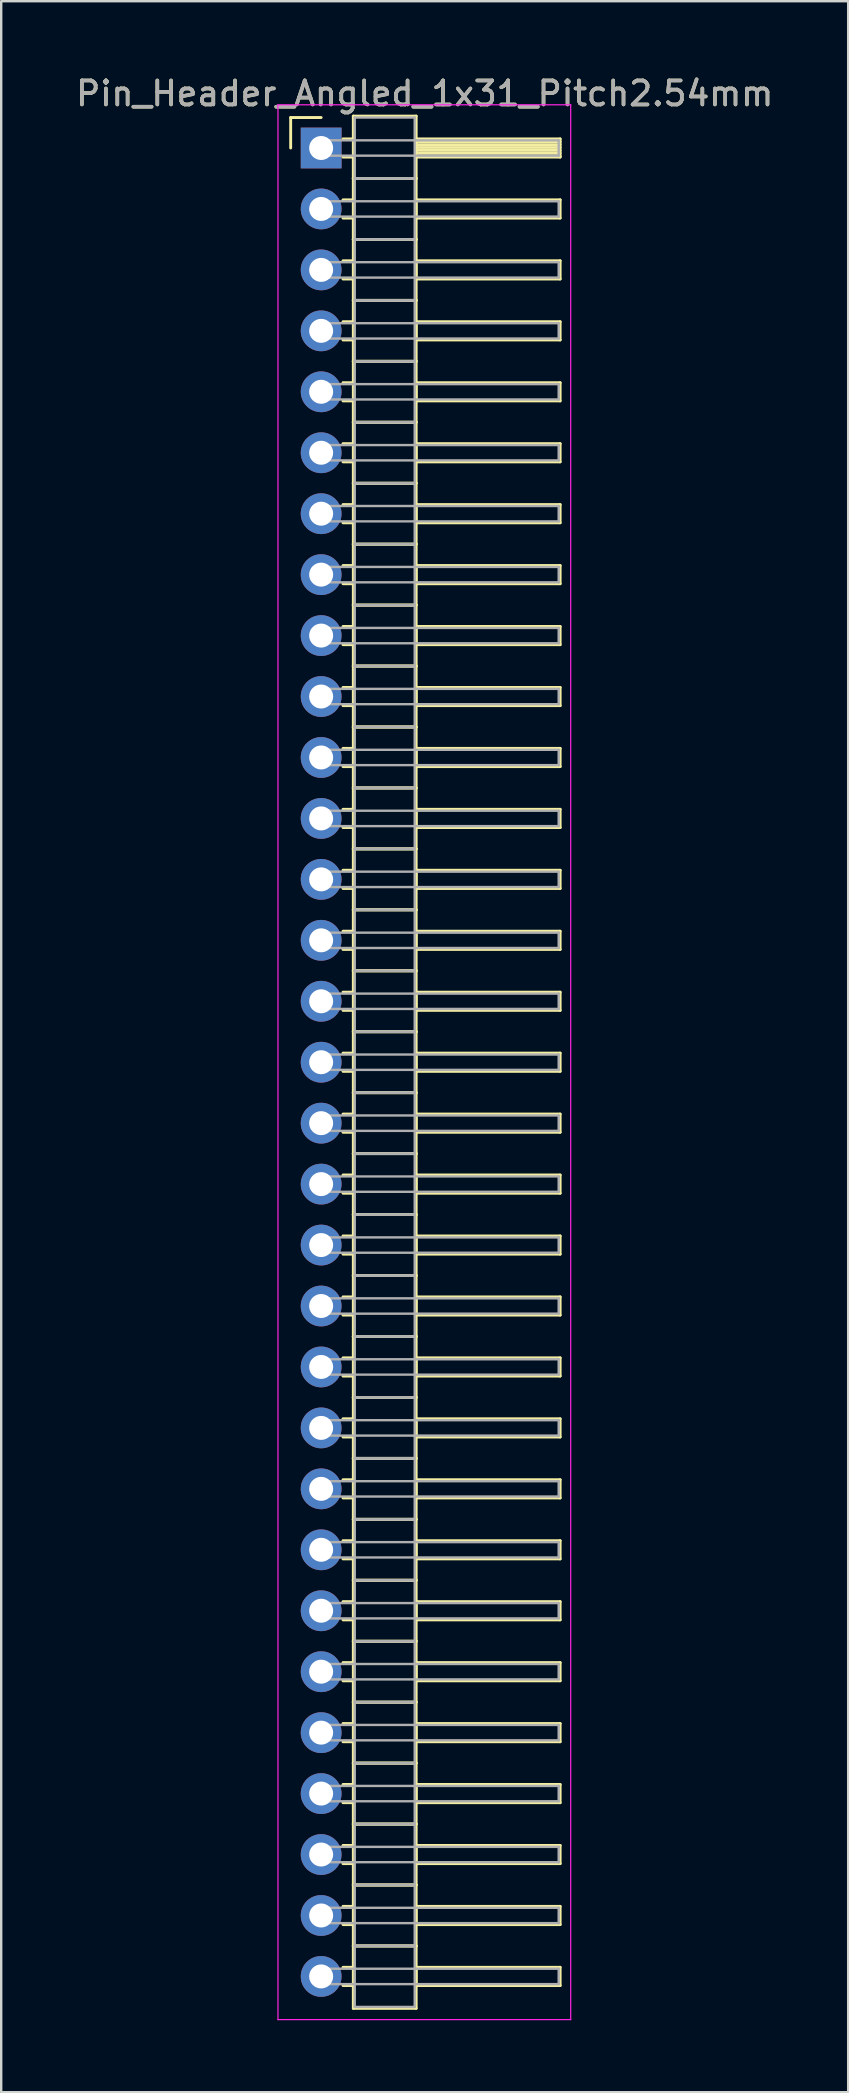
<source format=kicad_pcb>
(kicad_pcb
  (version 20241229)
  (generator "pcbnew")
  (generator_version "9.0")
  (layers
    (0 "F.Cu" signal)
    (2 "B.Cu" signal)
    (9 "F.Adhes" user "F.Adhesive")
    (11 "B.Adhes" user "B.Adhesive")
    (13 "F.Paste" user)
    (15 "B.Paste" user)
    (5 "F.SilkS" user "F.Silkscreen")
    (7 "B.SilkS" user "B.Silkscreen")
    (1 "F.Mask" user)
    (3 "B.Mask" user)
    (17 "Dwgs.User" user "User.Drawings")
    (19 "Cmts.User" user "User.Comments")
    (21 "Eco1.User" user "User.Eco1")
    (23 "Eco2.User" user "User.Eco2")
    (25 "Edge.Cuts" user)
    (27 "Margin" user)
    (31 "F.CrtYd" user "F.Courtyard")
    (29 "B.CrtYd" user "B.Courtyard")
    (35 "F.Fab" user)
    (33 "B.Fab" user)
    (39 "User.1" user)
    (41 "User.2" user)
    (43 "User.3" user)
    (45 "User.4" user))
  (footprint "Pin_Header_Angled_1x31_Pitch2.54mm"
    (layer "F.Cu")
    (at 10.334 3.118)
    (property "Reference" "Pin_Header_Angled_1x31_Pitch2.54mm" (at 4.315 -2.27 0) (layer "F.SilkS") (effects (font (size 1 1) (thickness 0.15))))
    (attr through_hole)
    (fp_line (start -1.27 -1.27) (end 0 -1.27) (stroke (width 0.12) (type solid)) (layer "F.SilkS"))
    (fp_line (start -1.27 0) (end -1.27 -1.27) (stroke (width 0.12) (type solid)) (layer "F.SilkS"))
    (fp_line (start 0.91 -0.38) (end 1.34 -0.38) (stroke (width 0.12) (type solid)) (layer "F.SilkS"))
    (fp_line (start 0.91 0.38) (end 1.34 0.38) (stroke (width 0.12) (type solid)) (layer "F.SilkS"))
    (fp_line (start 0.91 2.16) (end 1.34 2.16) (stroke (width 0.12) (type solid)) (layer "F.SilkS"))
    (fp_line (start 0.91 2.92) (end 1.34 2.92) (stroke (width 0.12) (type solid)) (layer "F.SilkS"))
    (fp_line (start 0.91 4.7) (end 1.34 4.7) (stroke (width 0.12) (type solid)) (layer "F.SilkS"))
    (fp_line (start 0.91 5.46) (end 1.34 5.46) (stroke (width 0.12) (type solid)) (layer "F.SilkS"))
    (fp_line (start 0.91 7.24) (end 1.34 7.24) (stroke (width 0.12) (type solid)) (layer "F.SilkS"))
    (fp_line (start 0.91 8) (end 1.34 8) (stroke (width 0.12) (type solid)) (layer "F.SilkS"))
    (fp_line (start 0.91 9.78) (end 1.34 9.78) (stroke (width 0.12) (type solid)) (layer "F.SilkS"))
    (fp_line (start 0.91 10.54) (end 1.34 10.54) (stroke (width 0.12) (type solid)) (layer "F.SilkS"))
    (fp_line (start 0.91 12.32) (end 1.34 12.32) (stroke (width 0.12) (type solid)) (layer "F.SilkS"))
    (fp_line (start 0.91 13.08) (end 1.34 13.08) (stroke (width 0.12) (type solid)) (layer "F.SilkS"))
    (fp_line (start 0.91 14.86) (end 1.34 14.86) (stroke (width 0.12) (type solid)) (layer "F.SilkS"))
    (fp_line (start 0.91 15.62) (end 1.34 15.62) (stroke (width 0.12) (type solid)) (layer "F.SilkS"))
    (fp_line (start 0.91 17.4) (end 1.34 17.4) (stroke (width 0.12) (type solid)) (layer "F.SilkS"))
    (fp_line (start 0.91 18.16) (end 1.34 18.16) (stroke (width 0.12) (type solid)) (layer "F.SilkS"))
    (fp_line (start 0.91 19.94) (end 1.34 19.94) (stroke (width 0.12) (type solid)) (layer "F.SilkS"))
    (fp_line (start 0.91 20.7) (end 1.34 20.7) (stroke (width 0.12) (type solid)) (layer "F.SilkS"))
    (fp_line (start 0.91 22.48) (end 1.34 22.48) (stroke (width 0.12) (type solid)) (layer "F.SilkS"))
    (fp_line (start 0.91 23.24) (end 1.34 23.24) (stroke (width 0.12) (type solid)) (layer "F.SilkS"))
    (fp_line (start 0.91 25.02) (end 1.34 25.02) (stroke (width 0.12) (type solid)) (layer "F.SilkS"))
    (fp_line (start 0.91 25.78) (end 1.34 25.78) (stroke (width 0.12) (type solid)) (layer "F.SilkS"))
    (fp_line (start 0.91 27.56) (end 1.34 27.56) (stroke (width 0.12) (type solid)) (layer "F.SilkS"))
    (fp_line (start 0.91 28.32) (end 1.34 28.32) (stroke (width 0.12) (type solid)) (layer "F.SilkS"))
    (fp_line (start 0.91 30.1) (end 1.34 30.1) (stroke (width 0.12) (type solid)) (layer "F.SilkS"))
    (fp_line (start 0.91 30.86) (end 1.34 30.86) (stroke (width 0.12) (type solid)) (layer "F.SilkS"))
    (fp_line (start 0.91 32.64) (end 1.34 32.64) (stroke (width 0.12) (type solid)) (layer "F.SilkS"))
    (fp_line (start 0.91 33.4) (end 1.34 33.4) (stroke (width 0.12) (type solid)) (layer "F.SilkS"))
    (fp_line (start 0.91 35.18) (end 1.34 35.18) (stroke (width 0.12) (type solid)) (layer "F.SilkS"))
    (fp_line (start 0.91 35.94) (end 1.34 35.94) (stroke (width 0.12) (type solid)) (layer "F.SilkS"))
    (fp_line (start 0.91 37.72) (end 1.34 37.72) (stroke (width 0.12) (type solid)) (layer "F.SilkS"))
    (fp_line (start 0.91 38.48) (end 1.34 38.48) (stroke (width 0.12) (type solid)) (layer "F.SilkS"))
    (fp_line (start 0.91 40.26) (end 1.34 40.26) (stroke (width 0.12) (type solid)) (layer "F.SilkS"))
    (fp_line (start 0.91 41.02) (end 1.34 41.02) (stroke (width 0.12) (type solid)) (layer "F.SilkS"))
    (fp_line (start 0.91 42.8) (end 1.34 42.8) (stroke (width 0.12) (type solid)) (layer "F.SilkS"))
    (fp_line (start 0.91 43.56) (end 1.34 43.56) (stroke (width 0.12) (type solid)) (layer "F.SilkS"))
    (fp_line (start 0.91 45.34) (end 1.34 45.34) (stroke (width 0.12) (type solid)) (layer "F.SilkS"))
    (fp_line (start 0.91 46.1) (end 1.34 46.1) (stroke (width 0.12) (type solid)) (layer "F.SilkS"))
    (fp_line (start 0.91 47.88) (end 1.34 47.88) (stroke (width 0.12) (type solid)) (layer "F.SilkS"))
    (fp_line (start 0.91 48.64) (end 1.34 48.64) (stroke (width 0.12) (type solid)) (layer "F.SilkS"))
    (fp_line (start 0.91 50.42) (end 1.34 50.42) (stroke (width 0.12) (type solid)) (layer "F.SilkS"))
    (fp_line (start 0.91 51.18) (end 1.34 51.18) (stroke (width 0.12) (type solid)) (layer "F.SilkS"))
    (fp_line (start 0.91 52.96) (end 1.34 52.96) (stroke (width 0.12) (type solid)) (layer "F.SilkS"))
    (fp_line (start 0.91 53.72) (end 1.34 53.72) (stroke (width 0.12) (type solid)) (layer "F.SilkS"))
    (fp_line (start 0.91 55.5) (end 1.34 55.5) (stroke (width 0.12) (type solid)) (layer "F.SilkS"))
    (fp_line (start 0.91 56.26) (end 1.34 56.26) (stroke (width 0.12) (type solid)) (layer "F.SilkS"))
    (fp_line (start 0.91 58.04) (end 1.34 58.04) (stroke (width 0.12) (type solid)) (layer "F.SilkS"))
    (fp_line (start 0.91 58.8) (end 1.34 58.8) (stroke (width 0.12) (type solid)) (layer "F.SilkS"))
    (fp_line (start 0.91 60.58) (end 1.34 60.58) (stroke (width 0.12) (type solid)) (layer "F.SilkS"))
    (fp_line (start 0.91 61.34) (end 1.34 61.34) (stroke (width 0.12) (type solid)) (layer "F.SilkS"))
    (fp_line (start 0.91 63.12) (end 1.34 63.12) (stroke (width 0.12) (type solid)) (layer "F.SilkS"))
    (fp_line (start 0.91 63.88) (end 1.34 63.88) (stroke (width 0.12) (type solid)) (layer "F.SilkS"))
    (fp_line (start 0.91 65.66) (end 1.34 65.66) (stroke (width 0.12) (type solid)) (layer "F.SilkS"))
    (fp_line (start 0.91 66.42) (end 1.34 66.42) (stroke (width 0.12) (type solid)) (layer "F.SilkS"))
    (fp_line (start 0.91 68.2) (end 1.34 68.2) (stroke (width 0.12) (type solid)) (layer "F.SilkS"))
    (fp_line (start 0.91 68.96) (end 1.34 68.96) (stroke (width 0.12) (type solid)) (layer "F.SilkS"))
    (fp_line (start 0.91 70.74) (end 1.34 70.74) (stroke (width 0.12) (type solid)) (layer "F.SilkS"))
    (fp_line (start 0.91 71.5) (end 1.34 71.5) (stroke (width 0.12) (type solid)) (layer "F.SilkS"))
    (fp_line (start 0.91 73.28) (end 1.34 73.28) (stroke (width 0.12) (type solid)) (layer "F.SilkS"))
    (fp_line (start 0.91 74.04) (end 1.34 74.04) (stroke (width 0.12) (type solid)) (layer "F.SilkS"))
    (fp_line (start 0.91 75.82) (end 1.34 75.82) (stroke (width 0.12) (type solid)) (layer "F.SilkS"))
    (fp_line (start 0.91 76.58) (end 1.34 76.58) (stroke (width 0.12) (type solid)) (layer "F.SilkS"))
    (fp_line (start 1.34 -1.33) (end 1.34 1.27) (stroke (width 0.12) (type solid)) (layer "F.SilkS"))
    (fp_line (start 1.34 1.27) (end 1.34 3.81) (stroke (width 0.12) (type solid)) (layer "F.SilkS"))
    (fp_line (start 1.34 1.27) (end 3.96 1.27) (stroke (width 0.12) (type solid)) (layer "F.SilkS"))
    (fp_line (start 1.34 3.81) (end 1.34 6.35) (stroke (width 0.12) (type solid)) (layer "F.SilkS"))
    (fp_line (start 1.34 3.81) (end 3.96 3.81) (stroke (width 0.12) (type solid)) (layer "F.SilkS"))
    (fp_line (start 1.34 6.35) (end 1.34 8.89) (stroke (width 0.12) (type solid)) (layer "F.SilkS"))
    (fp_line (start 1.34 6.35) (end 3.96 6.35) (stroke (width 0.12) (type solid)) (layer "F.SilkS"))
    (fp_line (start 1.34 8.89) (end 1.34 11.43) (stroke (width 0.12) (type solid)) (layer "F.SilkS"))
    (fp_line (start 1.34 8.89) (end 3.96 8.89) (stroke (width 0.12) (type solid)) (layer "F.SilkS"))
    (fp_line (start 1.34 11.43) (end 1.34 13.97) (stroke (width 0.12) (type solid)) (layer "F.SilkS"))
    (fp_line (start 1.34 11.43) (end 3.96 11.43) (stroke (width 0.12) (type solid)) (layer "F.SilkS"))
    (fp_line (start 1.34 13.97) (end 1.34 16.51) (stroke (width 0.12) (type solid)) (layer "F.SilkS"))
    (fp_line (start 1.34 13.97) (end 3.96 13.97) (stroke (width 0.12) (type solid)) (layer "F.SilkS"))
    (fp_line (start 1.34 16.51) (end 1.34 19.05) (stroke (width 0.12) (type solid)) (layer "F.SilkS"))
    (fp_line (start 1.34 16.51) (end 3.96 16.51) (stroke (width 0.12) (type solid)) (layer "F.SilkS"))
    (fp_line (start 1.34 19.05) (end 1.34 21.59) (stroke (width 0.12) (type solid)) (layer "F.SilkS"))
    (fp_line (start 1.34 19.05) (end 3.96 19.05) (stroke (width 0.12) (type solid)) (layer "F.SilkS"))
    (fp_line (start 1.34 21.59) (end 1.34 24.13) (stroke (width 0.12) (type solid)) (layer "F.SilkS"))
    (fp_line (start 1.34 21.59) (end 3.96 21.59) (stroke (width 0.12) (type solid)) (layer "F.SilkS"))
    (fp_line (start 1.34 24.13) (end 1.34 26.67) (stroke (width 0.12) (type solid)) (layer "F.SilkS"))
    (fp_line (start 1.34 24.13) (end 3.96 24.13) (stroke (width 0.12) (type solid)) (layer "F.SilkS"))
    (fp_line (start 1.34 26.67) (end 1.34 29.21) (stroke (width 0.12) (type solid)) (layer "F.SilkS"))
    (fp_line (start 1.34 26.67) (end 3.96 26.67) (stroke (width 0.12) (type solid)) (layer "F.SilkS"))
    (fp_line (start 1.34 29.21) (end 1.34 31.75) (stroke (width 0.12) (type solid)) (layer "F.SilkS"))
    (fp_line (start 1.34 29.21) (end 3.96 29.21) (stroke (width 0.12) (type solid)) (layer "F.SilkS"))
    (fp_line (start 1.34 31.75) (end 1.34 34.29) (stroke (width 0.12) (type solid)) (layer "F.SilkS"))
    (fp_line (start 1.34 31.75) (end 3.96 31.75) (stroke (width 0.12) (type solid)) (layer "F.SilkS"))
    (fp_line (start 1.34 34.29) (end 1.34 36.83) (stroke (width 0.12) (type solid)) (layer "F.SilkS"))
    (fp_line (start 1.34 34.29) (end 3.96 34.29) (stroke (width 0.12) (type solid)) (layer "F.SilkS"))
    (fp_line (start 1.34 36.83) (end 1.34 39.37) (stroke (width 0.12) (type solid)) (layer "F.SilkS"))
    (fp_line (start 1.34 36.83) (end 3.96 36.83) (stroke (width 0.12) (type solid)) (layer "F.SilkS"))
    (fp_line (start 1.34 39.37) (end 1.34 41.91) (stroke (width 0.12) (type solid)) (layer "F.SilkS"))
    (fp_line (start 1.34 39.37) (end 3.96 39.37) (stroke (width 0.12) (type solid)) (layer "F.SilkS"))
    (fp_line (start 1.34 41.91) (end 1.34 44.45) (stroke (width 0.12) (type solid)) (layer "F.SilkS"))
    (fp_line (start 1.34 41.91) (end 3.96 41.91) (stroke (width 0.12) (type solid)) (layer "F.SilkS"))
    (fp_line (start 1.34 44.45) (end 1.34 46.99) (stroke (width 0.12) (type solid)) (layer "F.SilkS"))
    (fp_line (start 1.34 44.45) (end 3.96 44.45) (stroke (width 0.12) (type solid)) (layer "F.SilkS"))
    (fp_line (start 1.34 46.99) (end 1.34 49.53) (stroke (width 0.12) (type solid)) (layer "F.SilkS"))
    (fp_line (start 1.34 46.99) (end 3.96 46.99) (stroke (width 0.12) (type solid)) (layer "F.SilkS"))
    (fp_line (start 1.34 49.53) (end 1.34 52.07) (stroke (width 0.12) (type solid)) (layer "F.SilkS"))
    (fp_line (start 1.34 49.53) (end 3.96 49.53) (stroke (width 0.12) (type solid)) (layer "F.SilkS"))
    (fp_line (start 1.34 52.07) (end 1.34 54.61) (stroke (width 0.12) (type solid)) (layer "F.SilkS"))
    (fp_line (start 1.34 52.07) (end 3.96 52.07) (stroke (width 0.12) (type solid)) (layer "F.SilkS"))
    (fp_line (start 1.34 54.61) (end 1.34 57.15) (stroke (width 0.12) (type solid)) (layer "F.SilkS"))
    (fp_line (start 1.34 54.61) (end 3.96 54.61) (stroke (width 0.12) (type solid)) (layer "F.SilkS"))
    (fp_line (start 1.34 57.15) (end 1.34 59.69) (stroke (width 0.12) (type solid)) (layer "F.SilkS"))
    (fp_line (start 1.34 57.15) (end 3.96 57.15) (stroke (width 0.12) (type solid)) (layer "F.SilkS"))
    (fp_line (start 1.34 59.69) (end 1.34 62.23) (stroke (width 0.12) (type solid)) (layer "F.SilkS"))
    (fp_line (start 1.34 59.69) (end 3.96 59.69) (stroke (width 0.12) (type solid)) (layer "F.SilkS"))
    (fp_line (start 1.34 62.23) (end 1.34 64.77) (stroke (width 0.12) (type solid)) (layer "F.SilkS"))
    (fp_line (start 1.34 62.23) (end 3.96 62.23) (stroke (width 0.12) (type solid)) (layer "F.SilkS"))
    (fp_line (start 1.34 64.77) (end 1.34 67.31) (stroke (width 0.12) (type solid)) (layer "F.SilkS"))
    (fp_line (start 1.34 64.77) (end 3.96 64.77) (stroke (width 0.12) (type solid)) (layer "F.SilkS"))
    (fp_line (start 1.34 67.31) (end 1.34 69.85) (stroke (width 0.12) (type solid)) (layer "F.SilkS"))
    (fp_line (start 1.34 67.31) (end 3.96 67.31) (stroke (width 0.12) (type solid)) (layer "F.SilkS"))
    (fp_line (start 1.34 69.85) (end 1.34 72.39) (stroke (width 0.12) (type solid)) (layer "F.SilkS"))
    (fp_line (start 1.34 69.85) (end 3.96 69.85) (stroke (width 0.12) (type solid)) (layer "F.SilkS"))
    (fp_line (start 1.34 72.39) (end 1.34 74.93) (stroke (width 0.12) (type solid)) (layer "F.SilkS"))
    (fp_line (start 1.34 72.39) (end 3.96 72.39) (stroke (width 0.12) (type solid)) (layer "F.SilkS"))
    (fp_line (start 1.34 74.93) (end 1.34 77.53) (stroke (width 0.12) (type solid)) (layer "F.SilkS"))
    (fp_line (start 1.34 74.93) (end 3.96 74.93) (stroke (width 0.12) (type solid)) (layer "F.SilkS"))
    (fp_line (start 1.34 77.53) (end 3.96 77.53) (stroke (width 0.12) (type solid)) (layer "F.SilkS"))
    (fp_line (start 3.96 -1.33) (end 1.34 -1.33) (stroke (width 0.12) (type solid)) (layer "F.SilkS"))
    (fp_line (start 3.96 -0.38) (end 3.96 0.38) (stroke (width 0.12) (type solid)) (layer "F.SilkS"))
    (fp_line (start 3.96 -0.26) (end 9.96 -0.26) (stroke (width 0.12) (type solid)) (layer "F.SilkS"))
    (fp_line (start 3.96 -0.14) (end 9.96 -0.14) (stroke (width 0.12) (type solid)) (layer "F.SilkS"))
    (fp_line (start 3.96 -0.02) (end 9.96 -0.02) (stroke (width 0.12) (type solid)) (layer "F.SilkS"))
    (fp_line (start 3.96 0.1) (end 9.96 0.1) (stroke (width 0.12) (type solid)) (layer "F.SilkS"))
    (fp_line (start 3.96 0.22) (end 9.96 0.22) (stroke (width 0.12) (type solid)) (layer "F.SilkS"))
    (fp_line (start 3.96 0.34) (end 9.96 0.34) (stroke (width 0.12) (type solid)) (layer "F.SilkS"))
    (fp_line (start 3.96 0.38) (end 9.96 0.38) (stroke (width 0.12) (type solid)) (layer "F.SilkS"))
    (fp_line (start 3.96 1.27) (end 1.34 1.27) (stroke (width 0.12) (type solid)) (layer "F.SilkS"))
    (fp_line (start 3.96 1.27) (end 3.96 -1.33) (stroke (width 0.12) (type solid)) (layer "F.SilkS"))
    (fp_line (start 3.96 2.16) (end 3.96 2.92) (stroke (width 0.12) (type solid)) (layer "F.SilkS"))
    (fp_line (start 3.96 2.92) (end 9.96 2.92) (stroke (width 0.12) (type solid)) (layer "F.SilkS"))
    (fp_line (start 3.96 3.81) (end 1.34 3.81) (stroke (width 0.12) (type solid)) (layer "F.SilkS"))
    (fp_line (start 3.96 3.81) (end 3.96 1.27) (stroke (width 0.12) (type solid)) (layer "F.SilkS"))
    (fp_line (start 3.96 4.7) (end 3.96 5.46) (stroke (width 0.12) (type solid)) (layer "F.SilkS"))
    (fp_line (start 3.96 5.46) (end 9.96 5.46) (stroke (width 0.12) (type solid)) (layer "F.SilkS"))
    (fp_line (start 3.96 6.35) (end 1.34 6.35) (stroke (width 0.12) (type solid)) (layer "F.SilkS"))
    (fp_line (start 3.96 6.35) (end 3.96 3.81) (stroke (width 0.12) (type solid)) (layer "F.SilkS"))
    (fp_line (start 3.96 7.24) (end 3.96 8) (stroke (width 0.12) (type solid)) (layer "F.SilkS"))
    (fp_line (start 3.96 8) (end 9.96 8) (stroke (width 0.12) (type solid)) (layer "F.SilkS"))
    (fp_line (start 3.96 8.89) (end 1.34 8.89) (stroke (width 0.12) (type solid)) (layer "F.SilkS"))
    (fp_line (start 3.96 8.89) (end 3.96 6.35) (stroke (width 0.12) (type solid)) (layer "F.SilkS"))
    (fp_line (start 3.96 9.78) (end 3.96 10.54) (stroke (width 0.12) (type solid)) (layer "F.SilkS"))
    (fp_line (start 3.96 10.54) (end 9.96 10.54) (stroke (width 0.12) (type solid)) (layer "F.SilkS"))
    (fp_line (start 3.96 11.43) (end 1.34 11.43) (stroke (width 0.12) (type solid)) (layer "F.SilkS"))
    (fp_line (start 3.96 11.43) (end 3.96 8.89) (stroke (width 0.12) (type solid)) (layer "F.SilkS"))
    (fp_line (start 3.96 12.32) (end 3.96 13.08) (stroke (width 0.12) (type solid)) (layer "F.SilkS"))
    (fp_line (start 3.96 13.08) (end 9.96 13.08) (stroke (width 0.12) (type solid)) (layer "F.SilkS"))
    (fp_line (start 3.96 13.97) (end 1.34 13.97) (stroke (width 0.12) (type solid)) (layer "F.SilkS"))
    (fp_line (start 3.96 13.97) (end 3.96 11.43) (stroke (width 0.12) (type solid)) (layer "F.SilkS"))
    (fp_line (start 3.96 14.86) (end 3.96 15.62) (stroke (width 0.12) (type solid)) (layer "F.SilkS"))
    (fp_line (start 3.96 15.62) (end 9.96 15.62) (stroke (width 0.12) (type solid)) (layer "F.SilkS"))
    (fp_line (start 3.96 16.51) (end 1.34 16.51) (stroke (width 0.12) (type solid)) (layer "F.SilkS"))
    (fp_line (start 3.96 16.51) (end 3.96 13.97) (stroke (width 0.12) (type solid)) (layer "F.SilkS"))
    (fp_line (start 3.96 17.4) (end 3.96 18.16) (stroke (width 0.12) (type solid)) (layer "F.SilkS"))
    (fp_line (start 3.96 18.16) (end 9.96 18.16) (stroke (width 0.12) (type solid)) (layer "F.SilkS"))
    (fp_line (start 3.96 19.05) (end 1.34 19.05) (stroke (width 0.12) (type solid)) (layer "F.SilkS"))
    (fp_line (start 3.96 19.05) (end 3.96 16.51) (stroke (width 0.12) (type solid)) (layer "F.SilkS"))
    (fp_line (start 3.96 19.94) (end 3.96 20.7) (stroke (width 0.12) (type solid)) (layer "F.SilkS"))
    (fp_line (start 3.96 20.7) (end 9.96 20.7) (stroke (width 0.12) (type solid)) (layer "F.SilkS"))
    (fp_line (start 3.96 21.59) (end 1.34 21.59) (stroke (width 0.12) (type solid)) (layer "F.SilkS"))
    (fp_line (start 3.96 21.59) (end 3.96 19.05) (stroke (width 0.12) (type solid)) (layer "F.SilkS"))
    (fp_line (start 3.96 22.48) (end 3.96 23.24) (stroke (width 0.12) (type solid)) (layer "F.SilkS"))
    (fp_line (start 3.96 23.24) (end 9.96 23.24) (stroke (width 0.12) (type solid)) (layer "F.SilkS"))
    (fp_line (start 3.96 24.13) (end 1.34 24.13) (stroke (width 0.12) (type solid)) (layer "F.SilkS"))
    (fp_line (start 3.96 24.13) (end 3.96 21.59) (stroke (width 0.12) (type solid)) (layer "F.SilkS"))
    (fp_line (start 3.96 25.02) (end 3.96 25.78) (stroke (width 0.12) (type solid)) (layer "F.SilkS"))
    (fp_line (start 3.96 25.78) (end 9.96 25.78) (stroke (width 0.12) (type solid)) (layer "F.SilkS"))
    (fp_line (start 3.96 26.67) (end 1.34 26.67) (stroke (width 0.12) (type solid)) (layer "F.SilkS"))
    (fp_line (start 3.96 26.67) (end 3.96 24.13) (stroke (width 0.12) (type solid)) (layer "F.SilkS"))
    (fp_line (start 3.96 27.56) (end 3.96 28.32) (stroke (width 0.12) (type solid)) (layer "F.SilkS"))
    (fp_line (start 3.96 28.32) (end 9.96 28.32) (stroke (width 0.12) (type solid)) (layer "F.SilkS"))
    (fp_line (start 3.96 29.21) (end 1.34 29.21) (stroke (width 0.12) (type solid)) (layer "F.SilkS"))
    (fp_line (start 3.96 29.21) (end 3.96 26.67) (stroke (width 0.12) (type solid)) (layer "F.SilkS"))
    (fp_line (start 3.96 30.1) (end 3.96 30.86) (stroke (width 0.12) (type solid)) (layer "F.SilkS"))
    (fp_line (start 3.96 30.86) (end 9.96 30.86) (stroke (width 0.12) (type solid)) (layer "F.SilkS"))
    (fp_line (start 3.96 31.75) (end 1.34 31.75) (stroke (width 0.12) (type solid)) (layer "F.SilkS"))
    (fp_line (start 3.96 31.75) (end 3.96 29.21) (stroke (width 0.12) (type solid)) (layer "F.SilkS"))
    (fp_line (start 3.96 32.64) (end 3.96 33.4) (stroke (width 0.12) (type solid)) (layer "F.SilkS"))
    (fp_line (start 3.96 33.4) (end 9.96 33.4) (stroke (width 0.12) (type solid)) (layer "F.SilkS"))
    (fp_line (start 3.96 34.29) (end 1.34 34.29) (stroke (width 0.12) (type solid)) (layer "F.SilkS"))
    (fp_line (start 3.96 34.29) (end 3.96 31.75) (stroke (width 0.12) (type solid)) (layer "F.SilkS"))
    (fp_line (start 3.96 35.18) (end 3.96 35.94) (stroke (width 0.12) (type solid)) (layer "F.SilkS"))
    (fp_line (start 3.96 35.94) (end 9.96 35.94) (stroke (width 0.12) (type solid)) (layer "F.SilkS"))
    (fp_line (start 3.96 36.83) (end 1.34 36.83) (stroke (width 0.12) (type solid)) (layer "F.SilkS"))
    (fp_line (start 3.96 36.83) (end 3.96 34.29) (stroke (width 0.12) (type solid)) (layer "F.SilkS"))
    (fp_line (start 3.96 37.72) (end 3.96 38.48) (stroke (width 0.12) (type solid)) (layer "F.SilkS"))
    (fp_line (start 3.96 38.48) (end 9.96 38.48) (stroke (width 0.12) (type solid)) (layer "F.SilkS"))
    (fp_line (start 3.96 39.37) (end 1.34 39.37) (stroke (width 0.12) (type solid)) (layer "F.SilkS"))
    (fp_line (start 3.96 39.37) (end 3.96 36.83) (stroke (width 0.12) (type solid)) (layer "F.SilkS"))
    (fp_line (start 3.96 40.26) (end 3.96 41.02) (stroke (width 0.12) (type solid)) (layer "F.SilkS"))
    (fp_line (start 3.96 41.02) (end 9.96 41.02) (stroke (width 0.12) (type solid)) (layer "F.SilkS"))
    (fp_line (start 3.96 41.91) (end 1.34 41.91) (stroke (width 0.12) (type solid)) (layer "F.SilkS"))
    (fp_line (start 3.96 41.91) (end 3.96 39.37) (stroke (width 0.12) (type solid)) (layer "F.SilkS"))
    (fp_line (start 3.96 42.8) (end 3.96 43.56) (stroke (width 0.12) (type solid)) (layer "F.SilkS"))
    (fp_line (start 3.96 43.56) (end 9.96 43.56) (stroke (width 0.12) (type solid)) (layer "F.SilkS"))
    (fp_line (start 3.96 44.45) (end 1.34 44.45) (stroke (width 0.12) (type solid)) (layer "F.SilkS"))
    (fp_line (start 3.96 44.45) (end 3.96 41.91) (stroke (width 0.12) (type solid)) (layer "F.SilkS"))
    (fp_line (start 3.96 45.34) (end 3.96 46.1) (stroke (width 0.12) (type solid)) (layer "F.SilkS"))
    (fp_line (start 3.96 46.1) (end 9.96 46.1) (stroke (width 0.12) (type solid)) (layer "F.SilkS"))
    (fp_line (start 3.96 46.99) (end 1.34 46.99) (stroke (width 0.12) (type solid)) (layer "F.SilkS"))
    (fp_line (start 3.96 46.99) (end 3.96 44.45) (stroke (width 0.12) (type solid)) (layer "F.SilkS"))
    (fp_line (start 3.96 47.88) (end 3.96 48.64) (stroke (width 0.12) (type solid)) (layer "F.SilkS"))
    (fp_line (start 3.96 48.64) (end 9.96 48.64) (stroke (width 0.12) (type solid)) (layer "F.SilkS"))
    (fp_line (start 3.96 49.53) (end 1.34 49.53) (stroke (width 0.12) (type solid)) (layer "F.SilkS"))
    (fp_line (start 3.96 49.53) (end 3.96 46.99) (stroke (width 0.12) (type solid)) (layer "F.SilkS"))
    (fp_line (start 3.96 50.42) (end 3.96 51.18) (stroke (width 0.12) (type solid)) (layer "F.SilkS"))
    (fp_line (start 3.96 51.18) (end 9.96 51.18) (stroke (width 0.12) (type solid)) (layer "F.SilkS"))
    (fp_line (start 3.96 52.07) (end 1.34 52.07) (stroke (width 0.12) (type solid)) (layer "F.SilkS"))
    (fp_line (start 3.96 52.07) (end 3.96 49.53) (stroke (width 0.12) (type solid)) (layer "F.SilkS"))
    (fp_line (start 3.96 52.96) (end 3.96 53.72) (stroke (width 0.12) (type solid)) (layer "F.SilkS"))
    (fp_line (start 3.96 53.72) (end 9.96 53.72) (stroke (width 0.12) (type solid)) (layer "F.SilkS"))
    (fp_line (start 3.96 54.61) (end 1.34 54.61) (stroke (width 0.12) (type solid)) (layer "F.SilkS"))
    (fp_line (start 3.96 54.61) (end 3.96 52.07) (stroke (width 0.12) (type solid)) (layer "F.SilkS"))
    (fp_line (start 3.96 55.5) (end 3.96 56.26) (stroke (width 0.12) (type solid)) (layer "F.SilkS"))
    (fp_line (start 3.96 56.26) (end 9.96 56.26) (stroke (width 0.12) (type solid)) (layer "F.SilkS"))
    (fp_line (start 3.96 57.15) (end 1.34 57.15) (stroke (width 0.12) (type solid)) (layer "F.SilkS"))
    (fp_line (start 3.96 57.15) (end 3.96 54.61) (stroke (width 0.12) (type solid)) (layer "F.SilkS"))
    (fp_line (start 3.96 58.04) (end 3.96 58.8) (stroke (width 0.12) (type solid)) (layer "F.SilkS"))
    (fp_line (start 3.96 58.8) (end 9.96 58.8) (stroke (width 0.12) (type solid)) (layer "F.SilkS"))
    (fp_line (start 3.96 59.69) (end 1.34 59.69) (stroke (width 0.12) (type solid)) (layer "F.SilkS"))
    (fp_line (start 3.96 59.69) (end 3.96 57.15) (stroke (width 0.12) (type solid)) (layer "F.SilkS"))
    (fp_line (start 3.96 60.58) (end 3.96 61.34) (stroke (width 0.12) (type solid)) (layer "F.SilkS"))
    (fp_line (start 3.96 61.34) (end 9.96 61.34) (stroke (width 0.12) (type solid)) (layer "F.SilkS"))
    (fp_line (start 3.96 62.23) (end 1.34 62.23) (stroke (width 0.12) (type solid)) (layer "F.SilkS"))
    (fp_line (start 3.96 62.23) (end 3.96 59.69) (stroke (width 0.12) (type solid)) (layer "F.SilkS"))
    (fp_line (start 3.96 63.12) (end 3.96 63.88) (stroke (width 0.12) (type solid)) (layer "F.SilkS"))
    (fp_line (start 3.96 63.88) (end 9.96 63.88) (stroke (width 0.12) (type solid)) (layer "F.SilkS"))
    (fp_line (start 3.96 64.77) (end 1.34 64.77) (stroke (width 0.12) (type solid)) (layer "F.SilkS"))
    (fp_line (start 3.96 64.77) (end 3.96 62.23) (stroke (width 0.12) (type solid)) (layer "F.SilkS"))
    (fp_line (start 3.96 65.66) (end 3.96 66.42) (stroke (width 0.12) (type solid)) (layer "F.SilkS"))
    (fp_line (start 3.96 66.42) (end 9.96 66.42) (stroke (width 0.12) (type solid)) (layer "F.SilkS"))
    (fp_line (start 3.96 67.31) (end 1.34 67.31) (stroke (width 0.12) (type solid)) (layer "F.SilkS"))
    (fp_line (start 3.96 67.31) (end 3.96 64.77) (stroke (width 0.12) (type solid)) (layer "F.SilkS"))
    (fp_line (start 3.96 68.2) (end 3.96 68.96) (stroke (width 0.12) (type solid)) (layer "F.SilkS"))
    (fp_line (start 3.96 68.96) (end 9.96 68.96) (stroke (width 0.12) (type solid)) (layer "F.SilkS"))
    (fp_line (start 3.96 69.85) (end 1.34 69.85) (stroke (width 0.12) (type solid)) (layer "F.SilkS"))
    (fp_line (start 3.96 69.85) (end 3.96 67.31) (stroke (width 0.12) (type solid)) (layer "F.SilkS"))
    (fp_line (start 3.96 70.74) (end 3.96 71.5) (stroke (width 0.12) (type solid)) (layer "F.SilkS"))
    (fp_line (start 3.96 71.5) (end 9.96 71.5) (stroke (width 0.12) (type solid)) (layer "F.SilkS"))
    (fp_line (start 3.96 72.39) (end 1.34 72.39) (stroke (width 0.12) (type solid)) (layer "F.SilkS"))
    (fp_line (start 3.96 72.39) (end 3.96 69.85) (stroke (width 0.12) (type solid)) (layer "F.SilkS"))
    (fp_line (start 3.96 73.28) (end 3.96 74.04) (stroke (width 0.12) (type solid)) (layer "F.SilkS"))
    (fp_line (start 3.96 74.04) (end 9.96 74.04) (stroke (width 0.12) (type solid)) (layer "F.SilkS"))
    (fp_line (start 3.96 74.93) (end 1.34 74.93) (stroke (width 0.12) (type solid)) (layer "F.SilkS"))
    (fp_line (start 3.96 74.93) (end 3.96 72.39) (stroke (width 0.12) (type solid)) (layer "F.SilkS"))
    (fp_line (start 3.96 75.82) (end 3.96 76.58) (stroke (width 0.12) (type solid)) (layer "F.SilkS"))
    (fp_line (start 3.96 76.58) (end 9.96 76.58) (stroke (width 0.12) (type solid)) (layer "F.SilkS"))
    (fp_line (start 3.96 77.53) (end 3.96 74.93) (stroke (width 0.12) (type solid)) (layer "F.SilkS"))
    (fp_line (start 9.96 -0.38) (end 3.96 -0.38) (stroke (width 0.12) (type solid)) (layer "F.SilkS"))
    (fp_line (start 9.96 0.38) (end 9.96 -0.38) (stroke (width 0.12) (type solid)) (layer "F.SilkS"))
    (fp_line (start 9.96 2.16) (end 3.96 2.16) (stroke (width 0.12) (type solid)) (layer "F.SilkS"))
    (fp_line (start 9.96 2.92) (end 9.96 2.16) (stroke (width 0.12) (type solid)) (layer "F.SilkS"))
    (fp_line (start 9.96 4.7) (end 3.96 4.7) (stroke (width 0.12) (type solid)) (layer "F.SilkS"))
    (fp_line (start 9.96 5.46) (end 9.96 4.7) (stroke (width 0.12) (type solid)) (layer "F.SilkS"))
    (fp_line (start 9.96 7.24) (end 3.96 7.24) (stroke (width 0.12) (type solid)) (layer "F.SilkS"))
    (fp_line (start 9.96 8) (end 9.96 7.24) (stroke (width 0.12) (type solid)) (layer "F.SilkS"))
    (fp_line (start 9.96 9.78) (end 3.96 9.78) (stroke (width 0.12) (type solid)) (layer "F.SilkS"))
    (fp_line (start 9.96 10.54) (end 9.96 9.78) (stroke (width 0.12) (type solid)) (layer "F.SilkS"))
    (fp_line (start 9.96 12.32) (end 3.96 12.32) (stroke (width 0.12) (type solid)) (layer "F.SilkS"))
    (fp_line (start 9.96 13.08) (end 9.96 12.32) (stroke (width 0.12) (type solid)) (layer "F.SilkS"))
    (fp_line (start 9.96 14.86) (end 3.96 14.86) (stroke (width 0.12) (type solid)) (layer "F.SilkS"))
    (fp_line (start 9.96 15.62) (end 9.96 14.86) (stroke (width 0.12) (type solid)) (layer "F.SilkS"))
    (fp_line (start 9.96 17.4) (end 3.96 17.4) (stroke (width 0.12) (type solid)) (layer "F.SilkS"))
    (fp_line (start 9.96 18.16) (end 9.96 17.4) (stroke (width 0.12) (type solid)) (layer "F.SilkS"))
    (fp_line (start 9.96 19.94) (end 3.96 19.94) (stroke (width 0.12) (type solid)) (layer "F.SilkS"))
    (fp_line (start 9.96 20.7) (end 9.96 19.94) (stroke (width 0.12) (type solid)) (layer "F.SilkS"))
    (fp_line (start 9.96 22.48) (end 3.96 22.48) (stroke (width 0.12) (type solid)) (layer "F.SilkS"))
    (fp_line (start 9.96 23.24) (end 9.96 22.48) (stroke (width 0.12) (type solid)) (layer "F.SilkS"))
    (fp_line (start 9.96 25.02) (end 3.96 25.02) (stroke (width 0.12) (type solid)) (layer "F.SilkS"))
    (fp_line (start 9.96 25.78) (end 9.96 25.02) (stroke (width 0.12) (type solid)) (layer "F.SilkS"))
    (fp_line (start 9.96 27.56) (end 3.96 27.56) (stroke (width 0.12) (type solid)) (layer "F.SilkS"))
    (fp_line (start 9.96 28.32) (end 9.96 27.56) (stroke (width 0.12) (type solid)) (layer "F.SilkS"))
    (fp_line (start 9.96 30.1) (end 3.96 30.1) (stroke (width 0.12) (type solid)) (layer "F.SilkS"))
    (fp_line (start 9.96 30.86) (end 9.96 30.1) (stroke (width 0.12) (type solid)) (layer "F.SilkS"))
    (fp_line (start 9.96 32.64) (end 3.96 32.64) (stroke (width 0.12) (type solid)) (layer "F.SilkS"))
    (fp_line (start 9.96 33.4) (end 9.96 32.64) (stroke (width 0.12) (type solid)) (layer "F.SilkS"))
    (fp_line (start 9.96 35.18) (end 3.96 35.18) (stroke (width 0.12) (type solid)) (layer "F.SilkS"))
    (fp_line (start 9.96 35.94) (end 9.96 35.18) (stroke (width 0.12) (type solid)) (layer "F.SilkS"))
    (fp_line (start 9.96 37.72) (end 3.96 37.72) (stroke (width 0.12) (type solid)) (layer "F.SilkS"))
    (fp_line (start 9.96 38.48) (end 9.96 37.72) (stroke (width 0.12) (type solid)) (layer "F.SilkS"))
    (fp_line (start 9.96 40.26) (end 3.96 40.26) (stroke (width 0.12) (type solid)) (layer "F.SilkS"))
    (fp_line (start 9.96 41.02) (end 9.96 40.26) (stroke (width 0.12) (type solid)) (layer "F.SilkS"))
    (fp_line (start 9.96 42.8) (end 3.96 42.8) (stroke (width 0.12) (type solid)) (layer "F.SilkS"))
    (fp_line (start 9.96 43.56) (end 9.96 42.8) (stroke (width 0.12) (type solid)) (layer "F.SilkS"))
    (fp_line (start 9.96 45.34) (end 3.96 45.34) (stroke (width 0.12) (type solid)) (layer "F.SilkS"))
    (fp_line (start 9.96 46.1) (end 9.96 45.34) (stroke (width 0.12) (type solid)) (layer "F.SilkS"))
    (fp_line (start 9.96 47.88) (end 3.96 47.88) (stroke (width 0.12) (type solid)) (layer "F.SilkS"))
    (fp_line (start 9.96 48.64) (end 9.96 47.88) (stroke (width 0.12) (type solid)) (layer "F.SilkS"))
    (fp_line (start 9.96 50.42) (end 3.96 50.42) (stroke (width 0.12) (type solid)) (layer "F.SilkS"))
    (fp_line (start 9.96 51.18) (end 9.96 50.42) (stroke (width 0.12) (type solid)) (layer "F.SilkS"))
    (fp_line (start 9.96 52.96) (end 3.96 52.96) (stroke (width 0.12) (type solid)) (layer "F.SilkS"))
    (fp_line (start 9.96 53.72) (end 9.96 52.96) (stroke (width 0.12) (type solid)) (layer "F.SilkS"))
    (fp_line (start 9.96 55.5) (end 3.96 55.5) (stroke (width 0.12) (type solid)) (layer "F.SilkS"))
    (fp_line (start 9.96 56.26) (end 9.96 55.5) (stroke (width 0.12) (type solid)) (layer "F.SilkS"))
    (fp_line (start 9.96 58.04) (end 3.96 58.04) (stroke (width 0.12) (type solid)) (layer "F.SilkS"))
    (fp_line (start 9.96 58.8) (end 9.96 58.04) (stroke (width 0.12) (type solid)) (layer "F.SilkS"))
    (fp_line (start 9.96 60.58) (end 3.96 60.58) (stroke (width 0.12) (type solid)) (layer "F.SilkS"))
    (fp_line (start 9.96 61.34) (end 9.96 60.58) (stroke (width 0.12) (type solid)) (layer "F.SilkS"))
    (fp_line (start 9.96 63.12) (end 3.96 63.12) (stroke (width 0.12) (type solid)) (layer "F.SilkS"))
    (fp_line (start 9.96 63.88) (end 9.96 63.12) (stroke (width 0.12) (type solid)) (layer "F.SilkS"))
    (fp_line (start 9.96 65.66) (end 3.96 65.66) (stroke (width 0.12) (type solid)) (layer "F.SilkS"))
    (fp_line (start 9.96 66.42) (end 9.96 65.66) (stroke (width 0.12) (type solid)) (layer "F.SilkS"))
    (fp_line (start 9.96 68.2) (end 3.96 68.2) (stroke (width 0.12) (type solid)) (layer "F.SilkS"))
    (fp_line (start 9.96 68.96) (end 9.96 68.2) (stroke (width 0.12) (type solid)) (layer "F.SilkS"))
    (fp_line (start 9.96 70.74) (end 3.96 70.74) (stroke (width 0.12) (type solid)) (layer "F.SilkS"))
    (fp_line (start 9.96 71.5) (end 9.96 70.74) (stroke (width 0.12) (type solid)) (layer "F.SilkS"))
    (fp_line (start 9.96 73.28) (end 3.96 73.28) (stroke (width 0.12) (type solid)) (layer "F.SilkS"))
    (fp_line (start 9.96 74.04) (end 9.96 73.28) (stroke (width 0.12) (type solid)) (layer "F.SilkS"))
    (fp_line (start 9.96 75.82) (end 3.96 75.82) (stroke (width 0.12) (type solid)) (layer "F.SilkS"))
    (fp_line (start 9.96 76.58) (end 9.96 75.82) (stroke (width 0.12) (type solid)) (layer "F.SilkS"))
    (fp_line (start -1.8 -1.8) (end -1.8 78) (stroke (width 0.05) (type solid)) (layer "F.CrtYd"))
    (fp_line (start -1.8 78) (end 10.4 78) (stroke (width 0.05) (type solid)) (layer "F.CrtYd"))
    (fp_line (start 10.4 -1.8) (end -1.8 -1.8) (stroke (width 0.05) (type solid)) (layer "F.CrtYd"))
    (fp_line (start 10.4 78) (end 10.4 -1.8) (stroke (width 0.05) (type solid)) (layer "F.CrtYd"))
    (fp_line (start 0 -0.32) (end 0 0.32) (stroke (width 0.1) (type solid)) (layer "F.Fab"))
    (fp_line (start 0 0.32) (end 9.9 0.32) (stroke (width 0.1) (type solid)) (layer "F.Fab"))
    (fp_line (start 0 2.22) (end 0 2.86) (stroke (width 0.1) (type solid)) (layer "F.Fab"))
    (fp_line (start 0 2.86) (end 9.9 2.86) (stroke (width 0.1) (type solid)) (layer "F.Fab"))
    (fp_line (start 0 4.76) (end 0 5.4) (stroke (width 0.1) (type solid)) (layer "F.Fab"))
    (fp_line (start 0 5.4) (end 9.9 5.4) (stroke (width 0.1) (type solid)) (layer "F.Fab"))
    (fp_line (start 0 7.3) (end 0 7.94) (stroke (width 0.1) (type solid)) (layer "F.Fab"))
    (fp_line (start 0 7.94) (end 9.9 7.94) (stroke (width 0.1) (type solid)) (layer "F.Fab"))
    (fp_line (start 0 9.84) (end 0 10.48) (stroke (width 0.1) (type solid)) (layer "F.Fab"))
    (fp_line (start 0 10.48) (end 9.9 10.48) (stroke (width 0.1) (type solid)) (layer "F.Fab"))
    (fp_line (start 0 12.38) (end 0 13.02) (stroke (width 0.1) (type solid)) (layer "F.Fab"))
    (fp_line (start 0 13.02) (end 9.9 13.02) (stroke (width 0.1) (type solid)) (layer "F.Fab"))
    (fp_line (start 0 14.92) (end 0 15.56) (stroke (width 0.1) (type solid)) (layer "F.Fab"))
    (fp_line (start 0 15.56) (end 9.9 15.56) (stroke (width 0.1) (type solid)) (layer "F.Fab"))
    (fp_line (start 0 17.46) (end 0 18.1) (stroke (width 0.1) (type solid)) (layer "F.Fab"))
    (fp_line (start 0 18.1) (end 9.9 18.1) (stroke (width 0.1) (type solid)) (layer "F.Fab"))
    (fp_line (start 0 20) (end 0 20.64) (stroke (width 0.1) (type solid)) (layer "F.Fab"))
    (fp_line (start 0 20.64) (end 9.9 20.64) (stroke (width 0.1) (type solid)) (layer "F.Fab"))
    (fp_line (start 0 22.54) (end 0 23.18) (stroke (width 0.1) (type solid)) (layer "F.Fab"))
    (fp_line (start 0 23.18) (end 9.9 23.18) (stroke (width 0.1) (type solid)) (layer "F.Fab"))
    (fp_line (start 0 25.08) (end 0 25.72) (stroke (width 0.1) (type solid)) (layer "F.Fab"))
    (fp_line (start 0 25.72) (end 9.9 25.72) (stroke (width 0.1) (type solid)) (layer "F.Fab"))
    (fp_line (start 0 27.62) (end 0 28.26) (stroke (width 0.1) (type solid)) (layer "F.Fab"))
    (fp_line (start 0 28.26) (end 9.9 28.26) (stroke (width 0.1) (type solid)) (layer "F.Fab"))
    (fp_line (start 0 30.16) (end 0 30.8) (stroke (width 0.1) (type solid)) (layer "F.Fab"))
    (fp_line (start 0 30.8) (end 9.9 30.8) (stroke (width 0.1) (type solid)) (layer "F.Fab"))
    (fp_line (start 0 32.7) (end 0 33.34) (stroke (width 0.1) (type solid)) (layer "F.Fab"))
    (fp_line (start 0 33.34) (end 9.9 33.34) (stroke (width 0.1) (type solid)) (layer "F.Fab"))
    (fp_line (start 0 35.24) (end 0 35.88) (stroke (width 0.1) (type solid)) (layer "F.Fab"))
    (fp_line (start 0 35.88) (end 9.9 35.88) (stroke (width 0.1) (type solid)) (layer "F.Fab"))
    (fp_line (start 0 37.78) (end 0 38.42) (stroke (width 0.1) (type solid)) (layer "F.Fab"))
    (fp_line (start 0 38.42) (end 9.9 38.42) (stroke (width 0.1) (type solid)) (layer "F.Fab"))
    (fp_line (start 0 40.32) (end 0 40.96) (stroke (width 0.1) (type solid)) (layer "F.Fab"))
    (fp_line (start 0 40.96) (end 9.9 40.96) (stroke (width 0.1) (type solid)) (layer "F.Fab"))
    (fp_line (start 0 42.86) (end 0 43.5) (stroke (width 0.1) (type solid)) (layer "F.Fab"))
    (fp_line (start 0 43.5) (end 9.9 43.5) (stroke (width 0.1) (type solid)) (layer "F.Fab"))
    (fp_line (start 0 45.4) (end 0 46.04) (stroke (width 0.1) (type solid)) (layer "F.Fab"))
    (fp_line (start 0 46.04) (end 9.9 46.04) (stroke (width 0.1) (type solid)) (layer "F.Fab"))
    (fp_line (start 0 47.94) (end 0 48.58) (stroke (width 0.1) (type solid)) (layer "F.Fab"))
    (fp_line (start 0 48.58) (end 9.9 48.58) (stroke (width 0.1) (type solid)) (layer "F.Fab"))
    (fp_line (start 0 50.48) (end 0 51.12) (stroke (width 0.1) (type solid)) (layer "F.Fab"))
    (fp_line (start 0 51.12) (end 9.9 51.12) (stroke (width 0.1) (type solid)) (layer "F.Fab"))
    (fp_line (start 0 53.02) (end 0 53.66) (stroke (width 0.1) (type solid)) (layer "F.Fab"))
    (fp_line (start 0 53.66) (end 9.9 53.66) (stroke (width 0.1) (type solid)) (layer "F.Fab"))
    (fp_line (start 0 55.56) (end 0 56.2) (stroke (width 0.1) (type solid)) (layer "F.Fab"))
    (fp_line (start 0 56.2) (end 9.9 56.2) (stroke (width 0.1) (type solid)) (layer "F.Fab"))
    (fp_line (start 0 58.1) (end 0 58.74) (stroke (width 0.1) (type solid)) (layer "F.Fab"))
    (fp_line (start 0 58.74) (end 9.9 58.74) (stroke (width 0.1) (type solid)) (layer "F.Fab"))
    (fp_line (start 0 60.64) (end 0 61.28) (stroke (width 0.1) (type solid)) (layer "F.Fab"))
    (fp_line (start 0 61.28) (end 9.9 61.28) (stroke (width 0.1) (type solid)) (layer "F.Fab"))
    (fp_line (start 0 63.18) (end 0 63.82) (stroke (width 0.1) (type solid)) (layer "F.Fab"))
    (fp_line (start 0 63.82) (end 9.9 63.82) (stroke (width 0.1) (type solid)) (layer "F.Fab"))
    (fp_line (start 0 65.72) (end 0 66.36) (stroke (width 0.1) (type solid)) (layer "F.Fab"))
    (fp_line (start 0 66.36) (end 9.9 66.36) (stroke (width 0.1) (type solid)) (layer "F.Fab"))
    (fp_line (start 0 68.26) (end 0 68.9) (stroke (width 0.1) (type solid)) (layer "F.Fab"))
    (fp_line (start 0 68.9) (end 9.9 68.9) (stroke (width 0.1) (type solid)) (layer "F.Fab"))
    (fp_line (start 0 70.8) (end 0 71.44) (stroke (width 0.1) (type solid)) (layer "F.Fab"))
    (fp_line (start 0 71.44) (end 9.9 71.44) (stroke (width 0.1) (type solid)) (layer "F.Fab"))
    (fp_line (start 0 73.34) (end 0 73.98) (stroke (width 0.1) (type solid)) (layer "F.Fab"))
    (fp_line (start 0 73.98) (end 9.9 73.98) (stroke (width 0.1) (type solid)) (layer "F.Fab"))
    (fp_line (start 0 75.88) (end 0 76.52) (stroke (width 0.1) (type solid)) (layer "F.Fab"))
    (fp_line (start 0 76.52) (end 9.9 76.52) (stroke (width 0.1) (type solid)) (layer "F.Fab"))
    (fp_line (start 1.4 -1.27) (end 1.4 1.27) (stroke (width 0.1) (type solid)) (layer "F.Fab"))
    (fp_line (start 1.4 1.27) (end 1.4 3.81) (stroke (width 0.1) (type solid)) (layer "F.Fab"))
    (fp_line (start 1.4 1.27) (end 3.9 1.27) (stroke (width 0.1) (type solid)) (layer "F.Fab"))
    (fp_line (start 1.4 3.81) (end 1.4 6.35) (stroke (width 0.1) (type solid)) (layer "F.Fab"))
    (fp_line (start 1.4 3.81) (end 3.9 3.81) (stroke (width 0.1) (type solid)) (layer "F.Fab"))
    (fp_line (start 1.4 6.35) (end 1.4 8.89) (stroke (width 0.1) (type solid)) (layer "F.Fab"))
    (fp_line (start 1.4 6.35) (end 3.9 6.35) (stroke (width 0.1) (type solid)) (layer "F.Fab"))
    (fp_line (start 1.4 8.89) (end 1.4 11.43) (stroke (width 0.1) (type solid)) (layer "F.Fab"))
    (fp_line (start 1.4 8.89) (end 3.9 8.89) (stroke (width 0.1) (type solid)) (layer "F.Fab"))
    (fp_line (start 1.4 11.43) (end 1.4 13.97) (stroke (width 0.1) (type solid)) (layer "F.Fab"))
    (fp_line (start 1.4 11.43) (end 3.9 11.43) (stroke (width 0.1) (type solid)) (layer "F.Fab"))
    (fp_line (start 1.4 13.97) (end 1.4 16.51) (stroke (width 0.1) (type solid)) (layer "F.Fab"))
    (fp_line (start 1.4 13.97) (end 3.9 13.97) (stroke (width 0.1) (type solid)) (layer "F.Fab"))
    (fp_line (start 1.4 16.51) (end 1.4 19.05) (stroke (width 0.1) (type solid)) (layer "F.Fab"))
    (fp_line (start 1.4 16.51) (end 3.9 16.51) (stroke (width 0.1) (type solid)) (layer "F.Fab"))
    (fp_line (start 1.4 19.05) (end 1.4 21.59) (stroke (width 0.1) (type solid)) (layer "F.Fab"))
    (fp_line (start 1.4 19.05) (end 3.9 19.05) (stroke (width 0.1) (type solid)) (layer "F.Fab"))
    (fp_line (start 1.4 21.59) (end 1.4 24.13) (stroke (width 0.1) (type solid)) (layer "F.Fab"))
    (fp_line (start 1.4 21.59) (end 3.9 21.59) (stroke (width 0.1) (type solid)) (layer "F.Fab"))
    (fp_line (start 1.4 24.13) (end 1.4 26.67) (stroke (width 0.1) (type solid)) (layer "F.Fab"))
    (fp_line (start 1.4 24.13) (end 3.9 24.13) (stroke (width 0.1) (type solid)) (layer "F.Fab"))
    (fp_line (start 1.4 26.67) (end 1.4 29.21) (stroke (width 0.1) (type solid)) (layer "F.Fab"))
    (fp_line (start 1.4 26.67) (end 3.9 26.67) (stroke (width 0.1) (type solid)) (layer "F.Fab"))
    (fp_line (start 1.4 29.21) (end 1.4 31.75) (stroke (width 0.1) (type solid)) (layer "F.Fab"))
    (fp_line (start 1.4 29.21) (end 3.9 29.21) (stroke (width 0.1) (type solid)) (layer "F.Fab"))
    (fp_line (start 1.4 31.75) (end 1.4 34.29) (stroke (width 0.1) (type solid)) (layer "F.Fab"))
    (fp_line (start 1.4 31.75) (end 3.9 31.75) (stroke (width 0.1) (type solid)) (layer "F.Fab"))
    (fp_line (start 1.4 34.29) (end 1.4 36.83) (stroke (width 0.1) (type solid)) (layer "F.Fab"))
    (fp_line (start 1.4 34.29) (end 3.9 34.29) (stroke (width 0.1) (type solid)) (layer "F.Fab"))
    (fp_line (start 1.4 36.83) (end 1.4 39.37) (stroke (width 0.1) (type solid)) (layer "F.Fab"))
    (fp_line (start 1.4 36.83) (end 3.9 36.83) (stroke (width 0.1) (type solid)) (layer "F.Fab"))
    (fp_line (start 1.4 39.37) (end 1.4 41.91) (stroke (width 0.1) (type solid)) (layer "F.Fab"))
    (fp_line (start 1.4 39.37) (end 3.9 39.37) (stroke (width 0.1) (type solid)) (layer "F.Fab"))
    (fp_line (start 1.4 41.91) (end 1.4 44.45) (stroke (width 0.1) (type solid)) (layer "F.Fab"))
    (fp_line (start 1.4 41.91) (end 3.9 41.91) (stroke (width 0.1) (type solid)) (layer "F.Fab"))
    (fp_line (start 1.4 44.45) (end 1.4 46.99) (stroke (width 0.1) (type solid)) (layer "F.Fab"))
    (fp_line (start 1.4 44.45) (end 3.9 44.45) (stroke (width 0.1) (type solid)) (layer "F.Fab"))
    (fp_line (start 1.4 46.99) (end 1.4 49.53) (stroke (width 0.1) (type solid)) (layer "F.Fab"))
    (fp_line (start 1.4 46.99) (end 3.9 46.99) (stroke (width 0.1) (type solid)) (layer "F.Fab"))
    (fp_line (start 1.4 49.53) (end 1.4 52.07) (stroke (width 0.1) (type solid)) (layer "F.Fab"))
    (fp_line (start 1.4 49.53) (end 3.9 49.53) (stroke (width 0.1) (type solid)) (layer "F.Fab"))
    (fp_line (start 1.4 52.07) (end 1.4 54.61) (stroke (width 0.1) (type solid)) (layer "F.Fab"))
    (fp_line (start 1.4 52.07) (end 3.9 52.07) (stroke (width 0.1) (type solid)) (layer "F.Fab"))
    (fp_line (start 1.4 54.61) (end 1.4 57.15) (stroke (width 0.1) (type solid)) (layer "F.Fab"))
    (fp_line (start 1.4 54.61) (end 3.9 54.61) (stroke (width 0.1) (type solid)) (layer "F.Fab"))
    (fp_line (start 1.4 57.15) (end 1.4 59.69) (stroke (width 0.1) (type solid)) (layer "F.Fab"))
    (fp_line (start 1.4 57.15) (end 3.9 57.15) (stroke (width 0.1) (type solid)) (layer "F.Fab"))
    (fp_line (start 1.4 59.69) (end 1.4 62.23) (stroke (width 0.1) (type solid)) (layer "F.Fab"))
    (fp_line (start 1.4 59.69) (end 3.9 59.69) (stroke (width 0.1) (type solid)) (layer "F.Fab"))
    (fp_line (start 1.4 62.23) (end 1.4 64.77) (stroke (width 0.1) (type solid)) (layer "F.Fab"))
    (fp_line (start 1.4 62.23) (end 3.9 62.23) (stroke (width 0.1) (type solid)) (layer "F.Fab"))
    (fp_line (start 1.4 64.77) (end 1.4 67.31) (stroke (width 0.1) (type solid)) (layer "F.Fab"))
    (fp_line (start 1.4 64.77) (end 3.9 64.77) (stroke (width 0.1) (type solid)) (layer "F.Fab"))
    (fp_line (start 1.4 67.31) (end 1.4 69.85) (stroke (width 0.1) (type solid)) (layer "F.Fab"))
    (fp_line (start 1.4 67.31) (end 3.9 67.31) (stroke (width 0.1) (type solid)) (layer "F.Fab"))
    (fp_line (start 1.4 69.85) (end 1.4 72.39) (stroke (width 0.1) (type solid)) (layer "F.Fab"))
    (fp_line (start 1.4 69.85) (end 3.9 69.85) (stroke (width 0.1) (type solid)) (layer "F.Fab"))
    (fp_line (start 1.4 72.39) (end 1.4 74.93) (stroke (width 0.1) (type solid)) (layer "F.Fab"))
    (fp_line (start 1.4 72.39) (end 3.9 72.39) (stroke (width 0.1) (type solid)) (layer "F.Fab"))
    (fp_line (start 1.4 74.93) (end 1.4 77.47) (stroke (width 0.1) (type solid)) (layer "F.Fab"))
    (fp_line (start 1.4 74.93) (end 3.9 74.93) (stroke (width 0.1) (type solid)) (layer "F.Fab"))
    (fp_line (start 1.4 77.47) (end 3.9 77.47) (stroke (width 0.1) (type solid)) (layer "F.Fab"))
    (fp_line (start 3.9 -1.27) (end 1.4 -1.27) (stroke (width 0.1) (type solid)) (layer "F.Fab"))
    (fp_line (start 3.9 1.27) (end 1.4 1.27) (stroke (width 0.1) (type solid)) (layer "F.Fab"))
    (fp_line (start 3.9 1.27) (end 3.9 -1.27) (stroke (width 0.1) (type solid)) (layer "F.Fab"))
    (fp_line (start 3.9 3.81) (end 1.4 3.81) (stroke (width 0.1) (type solid)) (layer "F.Fab"))
    (fp_line (start 3.9 3.81) (end 3.9 1.27) (stroke (width 0.1) (type solid)) (layer "F.Fab"))
    (fp_line (start 3.9 6.35) (end 1.4 6.35) (stroke (width 0.1) (type solid)) (layer "F.Fab"))
    (fp_line (start 3.9 6.35) (end 3.9 3.81) (stroke (width 0.1) (type solid)) (layer "F.Fab"))
    (fp_line (start 3.9 8.89) (end 1.4 8.89) (stroke (width 0.1) (type solid)) (layer "F.Fab"))
    (fp_line (start 3.9 8.89) (end 3.9 6.35) (stroke (width 0.1) (type solid)) (layer "F.Fab"))
    (fp_line (start 3.9 11.43) (end 1.4 11.43) (stroke (width 0.1) (type solid)) (layer "F.Fab"))
    (fp_line (start 3.9 11.43) (end 3.9 8.89) (stroke (width 0.1) (type solid)) (layer "F.Fab"))
    (fp_line (start 3.9 13.97) (end 1.4 13.97) (stroke (width 0.1) (type solid)) (layer "F.Fab"))
    (fp_line (start 3.9 13.97) (end 3.9 11.43) (stroke (width 0.1) (type solid)) (layer "F.Fab"))
    (fp_line (start 3.9 16.51) (end 1.4 16.51) (stroke (width 0.1) (type solid)) (layer "F.Fab"))
    (fp_line (start 3.9 16.51) (end 3.9 13.97) (stroke (width 0.1) (type solid)) (layer "F.Fab"))
    (fp_line (start 3.9 19.05) (end 1.4 19.05) (stroke (width 0.1) (type solid)) (layer "F.Fab"))
    (fp_line (start 3.9 19.05) (end 3.9 16.51) (stroke (width 0.1) (type solid)) (layer "F.Fab"))
    (fp_line (start 3.9 21.59) (end 1.4 21.59) (stroke (width 0.1) (type solid)) (layer "F.Fab"))
    (fp_line (start 3.9 21.59) (end 3.9 19.05) (stroke (width 0.1) (type solid)) (layer "F.Fab"))
    (fp_line (start 3.9 24.13) (end 1.4 24.13) (stroke (width 0.1) (type solid)) (layer "F.Fab"))
    (fp_line (start 3.9 24.13) (end 3.9 21.59) (stroke (width 0.1) (type solid)) (layer "F.Fab"))
    (fp_line (start 3.9 26.67) (end 1.4 26.67) (stroke (width 0.1) (type solid)) (layer "F.Fab"))
    (fp_line (start 3.9 26.67) (end 3.9 24.13) (stroke (width 0.1) (type solid)) (layer "F.Fab"))
    (fp_line (start 3.9 29.21) (end 1.4 29.21) (stroke (width 0.1) (type solid)) (layer "F.Fab"))
    (fp_line (start 3.9 29.21) (end 3.9 26.67) (stroke (width 0.1) (type solid)) (layer "F.Fab"))
    (fp_line (start 3.9 31.75) (end 1.4 31.75) (stroke (width 0.1) (type solid)) (layer "F.Fab"))
    (fp_line (start 3.9 31.75) (end 3.9 29.21) (stroke (width 0.1) (type solid)) (layer "F.Fab"))
    (fp_line (start 3.9 34.29) (end 1.4 34.29) (stroke (width 0.1) (type solid)) (layer "F.Fab"))
    (fp_line (start 3.9 34.29) (end 3.9 31.75) (stroke (width 0.1) (type solid)) (layer "F.Fab"))
    (fp_line (start 3.9 36.83) (end 1.4 36.83) (stroke (width 0.1) (type solid)) (layer "F.Fab"))
    (fp_line (start 3.9 36.83) (end 3.9 34.29) (stroke (width 0.1) (type solid)) (layer "F.Fab"))
    (fp_line (start 3.9 39.37) (end 1.4 39.37) (stroke (width 0.1) (type solid)) (layer "F.Fab"))
    (fp_line (start 3.9 39.37) (end 3.9 36.83) (stroke (width 0.1) (type solid)) (layer "F.Fab"))
    (fp_line (start 3.9 41.91) (end 1.4 41.91) (stroke (width 0.1) (type solid)) (layer "F.Fab"))
    (fp_line (start 3.9 41.91) (end 3.9 39.37) (stroke (width 0.1) (type solid)) (layer "F.Fab"))
    (fp_line (start 3.9 44.45) (end 1.4 44.45) (stroke (width 0.1) (type solid)) (layer "F.Fab"))
    (fp_line (start 3.9 44.45) (end 3.9 41.91) (stroke (width 0.1) (type solid)) (layer "F.Fab"))
    (fp_line (start 3.9 46.99) (end 1.4 46.99) (stroke (width 0.1) (type solid)) (layer "F.Fab"))
    (fp_line (start 3.9 46.99) (end 3.9 44.45) (stroke (width 0.1) (type solid)) (layer "F.Fab"))
    (fp_line (start 3.9 49.53) (end 1.4 49.53) (stroke (width 0.1) (type solid)) (layer "F.Fab"))
    (fp_line (start 3.9 49.53) (end 3.9 46.99) (stroke (width 0.1) (type solid)) (layer "F.Fab"))
    (fp_line (start 3.9 52.07) (end 1.4 52.07) (stroke (width 0.1) (type solid)) (layer "F.Fab"))
    (fp_line (start 3.9 52.07) (end 3.9 49.53) (stroke (width 0.1) (type solid)) (layer "F.Fab"))
    (fp_line (start 3.9 54.61) (end 1.4 54.61) (stroke (width 0.1) (type solid)) (layer "F.Fab"))
    (fp_line (start 3.9 54.61) (end 3.9 52.07) (stroke (width 0.1) (type solid)) (layer "F.Fab"))
    (fp_line (start 3.9 57.15) (end 1.4 57.15) (stroke (width 0.1) (type solid)) (layer "F.Fab"))
    (fp_line (start 3.9 57.15) (end 3.9 54.61) (stroke (width 0.1) (type solid)) (layer "F.Fab"))
    (fp_line (start 3.9 59.69) (end 1.4 59.69) (stroke (width 0.1) (type solid)) (layer "F.Fab"))
    (fp_line (start 3.9 59.69) (end 3.9 57.15) (stroke (width 0.1) (type solid)) (layer "F.Fab"))
    (fp_line (start 3.9 62.23) (end 1.4 62.23) (stroke (width 0.1) (type solid)) (layer "F.Fab"))
    (fp_line (start 3.9 62.23) (end 3.9 59.69) (stroke (width 0.1) (type solid)) (layer "F.Fab"))
    (fp_line (start 3.9 64.77) (end 1.4 64.77) (stroke (width 0.1) (type solid)) (layer "F.Fab"))
    (fp_line (start 3.9 64.77) (end 3.9 62.23) (stroke (width 0.1) (type solid)) (layer "F.Fab"))
    (fp_line (start 3.9 67.31) (end 1.4 67.31) (stroke (width 0.1) (type solid)) (layer "F.Fab"))
    (fp_line (start 3.9 67.31) (end 3.9 64.77) (stroke (width 0.1) (type solid)) (layer "F.Fab"))
    (fp_line (start 3.9 69.85) (end 1.4 69.85) (stroke (width 0.1) (type solid)) (layer "F.Fab"))
    (fp_line (start 3.9 69.85) (end 3.9 67.31) (stroke (width 0.1) (type solid)) (layer "F.Fab"))
    (fp_line (start 3.9 72.39) (end 1.4 72.39) (stroke (width 0.1) (type solid)) (layer "F.Fab"))
    (fp_line (start 3.9 72.39) (end 3.9 69.85) (stroke (width 0.1) (type solid)) (layer "F.Fab"))
    (fp_line (start 3.9 74.93) (end 1.4 74.93) (stroke (width 0.1) (type solid)) (layer "F.Fab"))
    (fp_line (start 3.9 74.93) (end 3.9 72.39) (stroke (width 0.1) (type solid)) (layer "F.Fab"))
    (fp_line (start 3.9 77.47) (end 3.9 74.93) (stroke (width 0.1) (type solid)) (layer "F.Fab"))
    (fp_line (start 9.9 -0.32) (end 0 -0.32) (stroke (width 0.1) (type solid)) (layer "F.Fab"))
    (fp_line (start 9.9 0.32) (end 9.9 -0.32) (stroke (width 0.1) (type solid)) (layer "F.Fab"))
    (fp_line (start 9.9 2.22) (end 0 2.22) (stroke (width 0.1) (type solid)) (layer "F.Fab"))
    (fp_line (start 9.9 2.86) (end 9.9 2.22) (stroke (width 0.1) (type solid)) (layer "F.Fab"))
    (fp_line (start 9.9 4.76) (end 0 4.76) (stroke (width 0.1) (type solid)) (layer "F.Fab"))
    (fp_line (start 9.9 5.4) (end 9.9 4.76) (stroke (width 0.1) (type solid)) (layer "F.Fab"))
    (fp_line (start 9.9 7.3) (end 0 7.3) (stroke (width 0.1) (type solid)) (layer "F.Fab"))
    (fp_line (start 9.9 7.94) (end 9.9 7.3) (stroke (width 0.1) (type solid)) (layer "F.Fab"))
    (fp_line (start 9.9 9.84) (end 0 9.84) (stroke (width 0.1) (type solid)) (layer "F.Fab"))
    (fp_line (start 9.9 10.48) (end 9.9 9.84) (stroke (width 0.1) (type solid)) (layer "F.Fab"))
    (fp_line (start 9.9 12.38) (end 0 12.38) (stroke (width 0.1) (type solid)) (layer "F.Fab"))
    (fp_line (start 9.9 13.02) (end 9.9 12.38) (stroke (width 0.1) (type solid)) (layer "F.Fab"))
    (fp_line (start 9.9 14.92) (end 0 14.92) (stroke (width 0.1) (type solid)) (layer "F.Fab"))
    (fp_line (start 9.9 15.56) (end 9.9 14.92) (stroke (width 0.1) (type solid)) (layer "F.Fab"))
    (fp_line (start 9.9 17.46) (end 0 17.46) (stroke (width 0.1) (type solid)) (layer "F.Fab"))
    (fp_line (start 9.9 18.1) (end 9.9 17.46) (stroke (width 0.1) (type solid)) (layer "F.Fab"))
    (fp_line (start 9.9 20) (end 0 20) (stroke (width 0.1) (type solid)) (layer "F.Fab"))
    (fp_line (start 9.9 20.64) (end 9.9 20) (stroke (width 0.1) (type solid)) (layer "F.Fab"))
    (fp_line (start 9.9 22.54) (end 0 22.54) (stroke (width 0.1) (type solid)) (layer "F.Fab"))
    (fp_line (start 9.9 23.18) (end 9.9 22.54) (stroke (width 0.1) (type solid)) (layer "F.Fab"))
    (fp_line (start 9.9 25.08) (end 0 25.08) (stroke (width 0.1) (type solid)) (layer "F.Fab"))
    (fp_line (start 9.9 25.72) (end 9.9 25.08) (stroke (width 0.1) (type solid)) (layer "F.Fab"))
    (fp_line (start 9.9 27.62) (end 0 27.62) (stroke (width 0.1) (type solid)) (layer "F.Fab"))
    (fp_line (start 9.9 28.26) (end 9.9 27.62) (stroke (width 0.1) (type solid)) (layer "F.Fab"))
    (fp_line (start 9.9 30.16) (end 0 30.16) (stroke (width 0.1) (type solid)) (layer "F.Fab"))
    (fp_line (start 9.9 30.8) (end 9.9 30.16) (stroke (width 0.1) (type solid)) (layer "F.Fab"))
    (fp_line (start 9.9 32.7) (end 0 32.7) (stroke (width 0.1) (type solid)) (layer "F.Fab"))
    (fp_line (start 9.9 33.34) (end 9.9 32.7) (stroke (width 0.1) (type solid)) (layer "F.Fab"))
    (fp_line (start 9.9 35.24) (end 0 35.24) (stroke (width 0.1) (type solid)) (layer "F.Fab"))
    (fp_line (start 9.9 35.88) (end 9.9 35.24) (stroke (width 0.1) (type solid)) (layer "F.Fab"))
    (fp_line (start 9.9 37.78) (end 0 37.78) (stroke (width 0.1) (type solid)) (layer "F.Fab"))
    (fp_line (start 9.9 38.42) (end 9.9 37.78) (stroke (width 0.1) (type solid)) (layer "F.Fab"))
    (fp_line (start 9.9 40.32) (end 0 40.32) (stroke (width 0.1) (type solid)) (layer "F.Fab"))
    (fp_line (start 9.9 40.96) (end 9.9 40.32) (stroke (width 0.1) (type solid)) (layer "F.Fab"))
    (fp_line (start 9.9 42.86) (end 0 42.86) (stroke (width 0.1) (type solid)) (layer "F.Fab"))
    (fp_line (start 9.9 43.5) (end 9.9 42.86) (stroke (width 0.1) (type solid)) (layer "F.Fab"))
    (fp_line (start 9.9 45.4) (end 0 45.4) (stroke (width 0.1) (type solid)) (layer "F.Fab"))
    (fp_line (start 9.9 46.04) (end 9.9 45.4) (stroke (width 0.1) (type solid)) (layer "F.Fab"))
    (fp_line (start 9.9 47.94) (end 0 47.94) (stroke (width 0.1) (type solid)) (layer "F.Fab"))
    (fp_line (start 9.9 48.58) (end 9.9 47.94) (stroke (width 0.1) (type solid)) (layer "F.Fab"))
    (fp_line (start 9.9 50.48) (end 0 50.48) (stroke (width 0.1) (type solid)) (layer "F.Fab"))
    (fp_line (start 9.9 51.12) (end 9.9 50.48) (stroke (width 0.1) (type solid)) (layer "F.Fab"))
    (fp_line (start 9.9 53.02) (end 0 53.02) (stroke (width 0.1) (type solid)) (layer "F.Fab"))
    (fp_line (start 9.9 53.66) (end 9.9 53.02) (stroke (width 0.1) (type solid)) (layer "F.Fab"))
    (fp_line (start 9.9 55.56) (end 0 55.56) (stroke (width 0.1) (type solid)) (layer "F.Fab"))
    (fp_line (start 9.9 56.2) (end 9.9 55.56) (stroke (width 0.1) (type solid)) (layer "F.Fab"))
    (fp_line (start 9.9 58.1) (end 0 58.1) (stroke (width 0.1) (type solid)) (layer "F.Fab"))
    (fp_line (start 9.9 58.74) (end 9.9 58.1) (stroke (width 0.1) (type solid)) (layer "F.Fab"))
    (fp_line (start 9.9 60.64) (end 0 60.64) (stroke (width 0.1) (type solid)) (layer "F.Fab"))
    (fp_line (start 9.9 61.28) (end 9.9 60.64) (stroke (width 0.1) (type solid)) (layer "F.Fab"))
    (fp_line (start 9.9 63.18) (end 0 63.18) (stroke (width 0.1) (type solid)) (layer "F.Fab"))
    (fp_line (start 9.9 63.82) (end 9.9 63.18) (stroke (width 0.1) (type solid)) (layer "F.Fab"))
    (fp_line (start 9.9 65.72) (end 0 65.72) (stroke (width 0.1) (type solid)) (layer "F.Fab"))
    (fp_line (start 9.9 66.36) (end 9.9 65.72) (stroke (width 0.1) (type solid)) (layer "F.Fab"))
    (fp_line (start 9.9 68.26) (end 0 68.26) (stroke (width 0.1) (type solid)) (layer "F.Fab"))
    (fp_line (start 9.9 68.9) (end 9.9 68.26) (stroke (width 0.1) (type solid)) (layer "F.Fab"))
    (fp_line (start 9.9 70.8) (end 0 70.8) (stroke (width 0.1) (type solid)) (layer "F.Fab"))
    (fp_line (start 9.9 71.44) (end 9.9 70.8) (stroke (width 0.1) (type solid)) (layer "F.Fab"))
    (fp_line (start 9.9 73.34) (end 0 73.34) (stroke (width 0.1) (type solid)) (layer "F.Fab"))
    (fp_line (start 9.9 73.98) (end 9.9 73.34) (stroke (width 0.1) (type solid)) (layer "F.Fab"))
    (fp_line (start 9.9 75.88) (end 0 75.88) (stroke (width 0.1) (type solid)) (layer "F.Fab"))
    (fp_line (start 9.9 76.52) (end 9.9 75.88) (stroke (width 0.1) (type solid)) (layer "F.Fab"))
    (fp_text user "${REFERENCE}" (at 4.315 -2.27 0) (layer "F.Fab") (effects (font (size 1 1) (thickness 0.15))))
    (pad "1" thru_hole rect (at 0 0) (size 1.7 1.7) (drill 1) (layers "*.Cu" "*.Mask"))
    (pad "2" thru_hole oval (at 0 2.54) (size 1.7 1.7) (drill 1) (layers "*.Cu" "*.Mask"))
    (pad "3" thru_hole oval (at 0 5.08) (size 1.7 1.7) (drill 1) (layers "*.Cu" "*.Mask"))
    (pad "4" thru_hole oval (at 0 7.62) (size 1.7 1.7) (drill 1) (layers "*.Cu" "*.Mask"))
    (pad "5" thru_hole oval (at 0 10.16) (size 1.7 1.7) (drill 1) (layers "*.Cu" "*.Mask"))
    (pad "6" thru_hole oval (at 0 12.7) (size 1.7 1.7) (drill 1) (layers "*.Cu" "*.Mask"))
    (pad "7" thru_hole oval (at 0 15.24) (size 1.7 1.7) (drill 1) (layers "*.Cu" "*.Mask"))
    (pad "8" thru_hole oval (at 0 17.78) (size 1.7 1.7) (drill 1) (layers "*.Cu" "*.Mask"))
    (pad "9" thru_hole oval (at 0 20.32) (size 1.7 1.7) (drill 1) (layers "*.Cu" "*.Mask"))
    (pad "10" thru_hole oval (at 0 22.86) (size 1.7 1.7) (drill 1) (layers "*.Cu" "*.Mask"))
    (pad "11" thru_hole oval (at 0 25.4) (size 1.7 1.7) (drill 1) (layers "*.Cu" "*.Mask"))
    (pad "12" thru_hole oval (at 0 27.94) (size 1.7 1.7) (drill 1) (layers "*.Cu" "*.Mask"))
    (pad "13" thru_hole oval (at 0 30.48) (size 1.7 1.7) (drill 1) (layers "*.Cu" "*.Mask"))
    (pad "14" thru_hole oval (at 0 33.02) (size 1.7 1.7) (drill 1) (layers "*.Cu" "*.Mask"))
    (pad "15" thru_hole oval (at 0 35.56) (size 1.7 1.7) (drill 1) (layers "*.Cu" "*.Mask"))
    (pad "16" thru_hole oval (at 0 38.1) (size 1.7 1.7) (drill 1) (layers "*.Cu" "*.Mask"))
    (pad "17" thru_hole oval (at 0 40.64) (size 1.7 1.7) (drill 1) (layers "*.Cu" "*.Mask"))
    (pad "18" thru_hole oval (at 0 43.18) (size 1.7 1.7) (drill 1) (layers "*.Cu" "*.Mask"))
    (pad "19" thru_hole oval (at 0 45.72) (size 1.7 1.7) (drill 1) (layers "*.Cu" "*.Mask"))
    (pad "20" thru_hole oval (at 0 48.26) (size 1.7 1.7) (drill 1) (layers "*.Cu" "*.Mask"))
    (pad "21" thru_hole oval (at 0 50.8) (size 1.7 1.7) (drill 1) (layers "*.Cu" "*.Mask"))
    (pad "22" thru_hole oval (at 0 53.34) (size 1.7 1.7) (drill 1) (layers "*.Cu" "*.Mask"))
    (pad "23" thru_hole oval (at 0 55.88) (size 1.7 1.7) (drill 1) (layers "*.Cu" "*.Mask"))
    (pad "24" thru_hole oval (at 0 58.42) (size 1.7 1.7) (drill 1) (layers "*.Cu" "*.Mask"))
    (pad "25" thru_hole oval (at 0 60.96) (size 1.7 1.7) (drill 1) (layers "*.Cu" "*.Mask"))
    (pad "26" thru_hole oval (at 0 63.5) (size 1.7 1.7) (drill 1) (layers "*.Cu" "*.Mask"))
    (pad "27" thru_hole oval (at 0 66.04) (size 1.7 1.7) (drill 1) (layers "*.Cu" "*.Mask"))
    (pad "28" thru_hole oval (at 0 68.58) (size 1.7 1.7) (drill 1) (layers "*.Cu" "*.Mask"))
    (pad "29" thru_hole oval (at 0 71.12) (size 1.7 1.7) (drill 1) (layers "*.Cu" "*.Mask"))
    (pad "30" thru_hole oval (at 0 73.66) (size 1.7 1.7) (drill 1) (layers "*.Cu" "*.Mask"))
    (pad "31" thru_hole oval (at 0 76.2) (size 1.7 1.7) (drill 1) (layers "*.Cu" "*.Mask")))
  (gr_rect
    (start -3 -3)
    (end 32.298 84.143)
    (stroke (width 0.1) (type default))
    (fill no)
    (layer "Edge.Cuts")))
</source>
